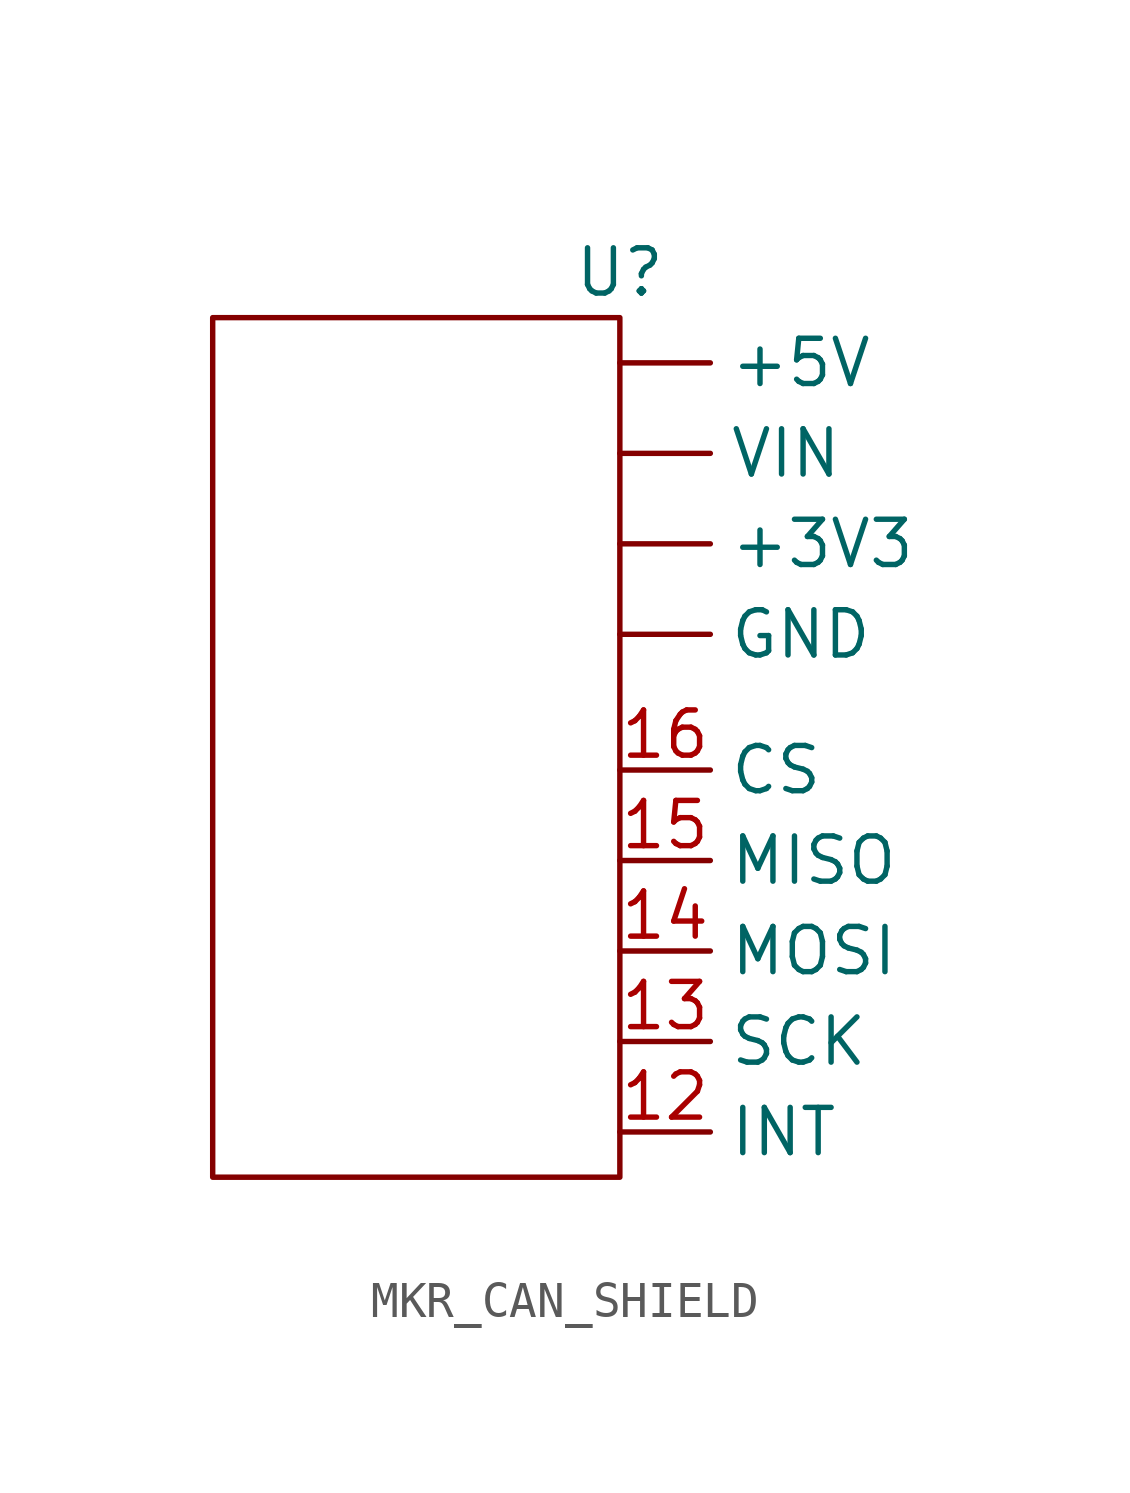
<source format=kicad_sym>
(kicad_symbol_lib
  (version 20231120)
  (generator "kicad_symbol_editor")
  (generator_version "8.0")
  (symbol "MKR_CAN_SHIELD"
    (property "Reference" "U"
      (at 0 0 0)
      (effects (font (size 1.27 1.27))))
    (property "Value" ""
      (at 0 0 0)
      (effects (font (size 1.27 1.27))))
    (symbol "MKR_CAN_SHIELD_0_1"
      (rectangle (start 0 -1.27) (end -11.43 -25.4) (stroke (width 0) (type default)) (fill (type none))))
    (symbol "MKR_CAN_SHIELD_1_1"
      (pin power_in line (at 0 -7.62 0) (length 2.54) (name "+3V3" (effects (font (size 1.27 1.27)))) (number "" (effects (font (size 1.27 1.27)))))
      (pin power_in line (at 0 -2.54 0) (length 2.54) (name "+5V" (effects (font (size 1.27 1.27)))) (number "" (effects (font (size 1.27 1.27)))))
      (pin power_in line (at 0 -10.16 0) (length 2.54) (name "GND" (effects (font (size 1.27 1.27)))) (number "" (effects (font (size 1.27 1.27)))))
      (pin power_in line (at 0 -5.08 0) (length 2.54) (name "VIN" (effects (font (size 1.27 1.27)))) (number "" (effects (font (size 1.27 1.27)))))
      (pin input line (at 0 -24.13 0) (length 2.54) (name "INT" (effects (font (size 1.27 1.27)))) (number "12" (effects (font (size 1.27 1.27)))))
      (pin input line (at 0 -21.59 0) (length 2.54) (name "SCK" (effects (font (size 1.27 1.27)))) (number "13" (effects (font (size 1.27 1.27)))))
      (pin input line (at 0 -19.05 0) (length 2.54) (name "MOSI" (effects (font (size 1.27 1.27)))) (number "14" (effects (font (size 1.27 1.27)))))
      (pin input line (at 0 -16.51 0) (length 2.54) (name "MISO" (effects (font (size 1.27 1.27)))) (number "15" (effects (font (size 1.27 1.27)))))
      (pin input line (at 0 -13.97 0) (length 2.54) (name "CS" (effects (font (size 1.27 1.27)))) (number "16" (effects (font (size 1.27 1.27))))))))
</source>
